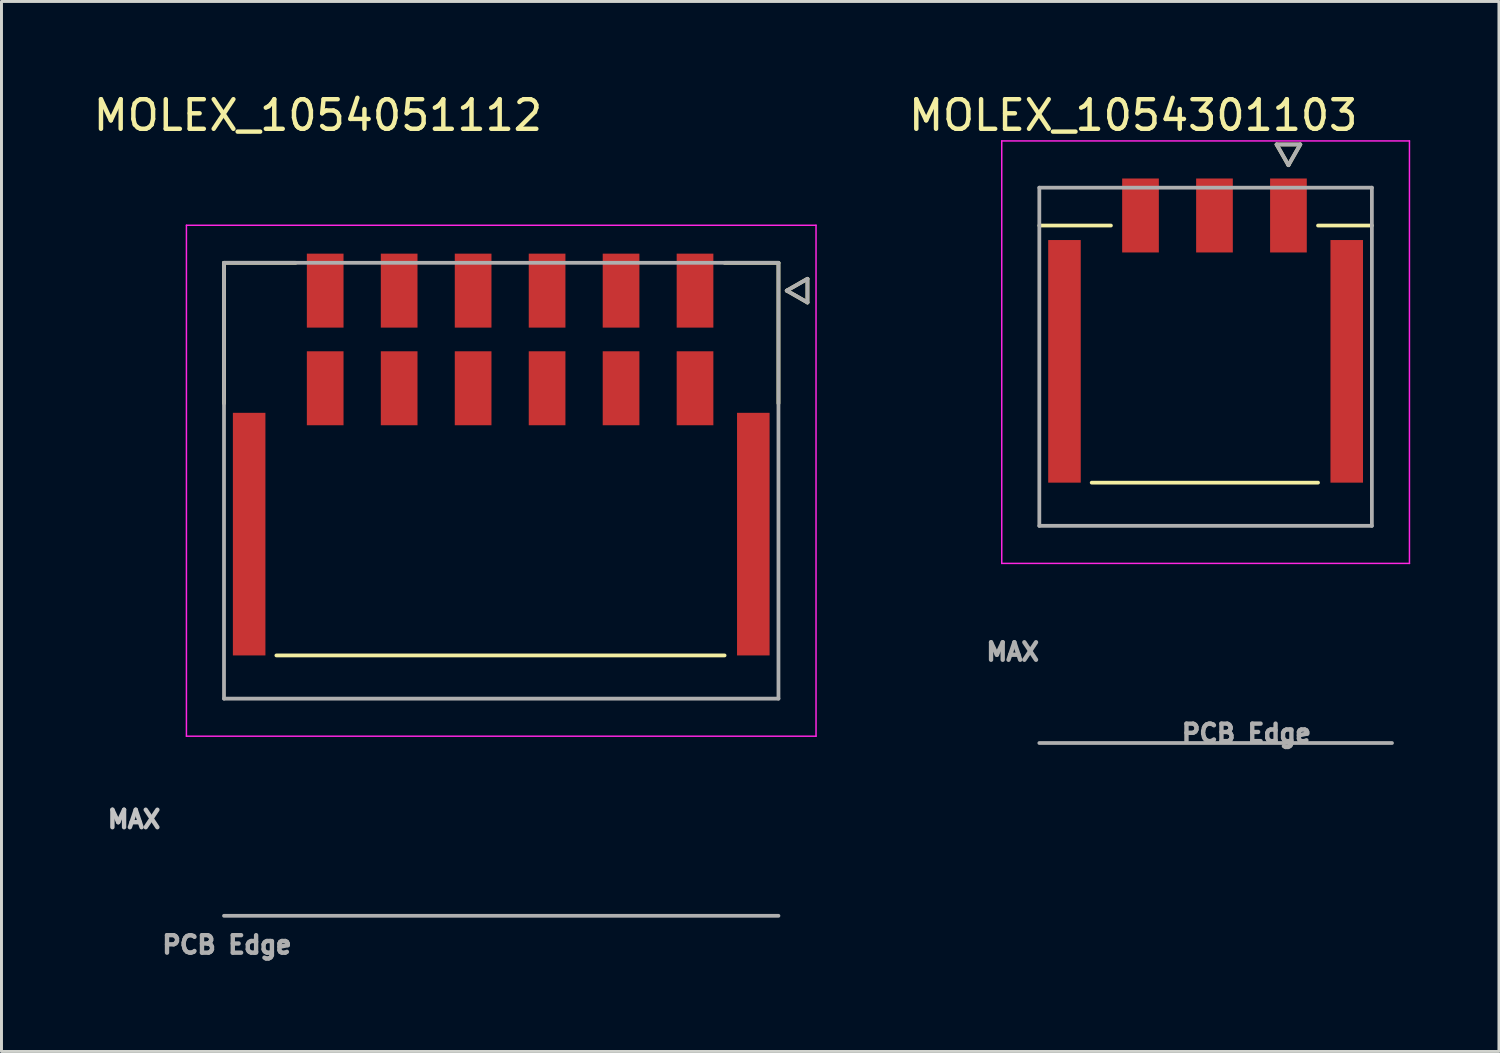
<source format=kicad_pcb>
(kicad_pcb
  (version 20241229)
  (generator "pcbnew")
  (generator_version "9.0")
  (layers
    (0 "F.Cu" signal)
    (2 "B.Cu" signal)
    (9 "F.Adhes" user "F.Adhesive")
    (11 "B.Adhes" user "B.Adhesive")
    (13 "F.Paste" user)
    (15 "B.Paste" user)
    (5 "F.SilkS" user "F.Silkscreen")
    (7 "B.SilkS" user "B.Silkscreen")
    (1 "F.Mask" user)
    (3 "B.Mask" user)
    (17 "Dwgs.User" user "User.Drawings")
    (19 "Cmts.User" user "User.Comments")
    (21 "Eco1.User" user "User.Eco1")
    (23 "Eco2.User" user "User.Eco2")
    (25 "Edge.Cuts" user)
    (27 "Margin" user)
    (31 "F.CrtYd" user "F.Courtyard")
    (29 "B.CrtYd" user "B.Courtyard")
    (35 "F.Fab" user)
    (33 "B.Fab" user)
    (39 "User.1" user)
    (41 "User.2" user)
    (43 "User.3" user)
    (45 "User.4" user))
  (footprint "MOLEX_1054051112"
    (layer "F.Cu")
    (at 13.891 13.198)
    (property "Reference" "MOLEX_1054051112" (at -6.195 -12.35 0) (layer "F.SilkS") (effects (font (size 1 1) (thickness 0.15))))
    (attr smd)
    (fp_poly (pts (xy -9.146 -2.371) (xy -7.894 -2.371) (xy -7.894 5.981) (xy -9.146 5.981)) (stroke (width 0.01) (type solid)) (fill yes) (layer "F.Mask"))
    (fp_poly (pts (xy -6.646 -7.751) (xy -5.254 -7.751) (xy -5.254 -5.099) (xy -6.646 -5.099)) (stroke (width 0.01) (type solid)) (fill yes) (layer "F.Mask"))
    (fp_poly (pts (xy -6.646 -4.451) (xy -5.254 -4.451) (xy -5.254 -1.799) (xy -6.646 -1.799)) (stroke (width 0.01) (type solid)) (fill yes) (layer "F.Mask"))
    (fp_poly (pts (xy -4.146 -7.751) (xy -2.754 -7.751) (xy -2.754 -5.099) (xy -4.146 -5.099)) (stroke (width 0.01) (type solid)) (fill yes) (layer "F.Mask"))
    (fp_poly (pts (xy -4.146 -4.451) (xy -2.754 -4.451) (xy -2.754 -1.799) (xy -4.146 -1.799)) (stroke (width 0.01) (type solid)) (fill yes) (layer "F.Mask"))
    (fp_poly (pts (xy -1.646 -7.751) (xy -0.254 -7.751) (xy -0.254 -5.099) (xy -1.646 -5.099)) (stroke (width 0.01) (type solid)) (fill yes) (layer "F.Mask"))
    (fp_poly (pts (xy -1.646 -4.451) (xy -0.254 -4.451) (xy -0.254 -1.799) (xy -1.646 -1.799)) (stroke (width 0.01) (type solid)) (fill yes) (layer "F.Mask"))
    (fp_poly (pts (xy 0.854 -7.751) (xy 2.246 -7.751) (xy 2.246 -5.099) (xy 0.854 -5.099)) (stroke (width 0.01) (type solid)) (fill yes) (layer "F.Mask"))
    (fp_poly (pts (xy 0.854 -4.451) (xy 2.246 -4.451) (xy 2.246 -1.799) (xy 0.854 -1.799)) (stroke (width 0.01) (type solid)) (fill yes) (layer "F.Mask"))
    (fp_poly (pts (xy 3.354 -7.751) (xy 4.746 -7.751) (xy 4.746 -5.099) (xy 3.354 -5.099)) (stroke (width 0.01) (type solid)) (fill yes) (layer "F.Mask"))
    (fp_poly (pts (xy 3.354 -4.451) (xy 4.746 -4.451) (xy 4.746 -1.799) (xy 3.354 -1.799)) (stroke (width 0.01) (type solid)) (fill yes) (layer "F.Mask"))
    (fp_poly (pts (xy 5.854 -7.751) (xy 7.246 -7.751) (xy 7.246 -5.099) (xy 5.854 -5.099)) (stroke (width 0.01) (type solid)) (fill yes) (layer "F.Mask"))
    (fp_poly (pts (xy 5.854 -4.451) (xy 7.246 -4.451) (xy 7.246 -1.799) (xy 5.854 -1.799)) (stroke (width 0.01) (type solid)) (fill yes) (layer "F.Mask"))
    (fp_poly (pts (xy 7.894 -2.371) (xy 9.146 -2.371) (xy 9.146 5.981) (xy 7.894 5.981)) (stroke (width 0.01) (type solid)) (fill yes) (layer "F.Mask"))
    (fp_line (start -9.37 -7.365) (end -9.37 -2.615) (stroke (width 0.127) (type solid)) (layer "F.SilkS"))
    (fp_line (start -9.37 -7.365) (end -6.95 -7.365) (stroke (width 0.127) (type solid)) (layer "F.SilkS"))
    (fp_line (start 7.55 -7.365) (end 9.37 -7.365) (stroke (width 0.127) (type solid)) (layer "F.SilkS"))
    (fp_line (start 7.55 5.905) (end -7.6 5.905) (stroke (width 0.127) (type solid)) (layer "F.SilkS"))
    (fp_line (start 9.37 -7.365) (end 9.37 -2.615) (stroke (width 0.127) (type solid)) (layer "F.SilkS"))
    (fp_line (start 9.65 -6.425) (end 10.35 -6.025) (stroke (width 0.127) (type solid)) (layer "F.SilkS"))
    (fp_line (start 10.35 -6.825) (end 9.65 -6.425) (stroke (width 0.127) (type solid)) (layer "F.SilkS"))
    (fp_line (start 10.35 -6.025) (end 10.35 -6.825) (stroke (width 0.127) (type solid)) (layer "F.SilkS"))
    (fp_line (start -10.64 -8.635) (end 10.64 -8.635) (stroke (width 0.05) (type solid)) (layer "F.CrtYd"))
    (fp_line (start -10.64 8.635) (end -10.64 -8.635) (stroke (width 0.05) (type solid)) (layer "F.CrtYd"))
    (fp_line (start -10.64 8.635) (end 10.64 8.635) (stroke (width 0.05) (type solid)) (layer "F.CrtYd"))
    (fp_line (start 10.64 -8.635) (end 10.64 8.635) (stroke (width 0.05) (type solid)) (layer "F.CrtYd"))
    (fp_line (start -9.37 -7.365) (end 9.37 -7.365) (stroke (width 0.127) (type solid)) (layer "F.Fab"))
    (fp_line (start -9.37 7.365) (end -9.37 -7.365) (stroke (width 0.127) (type solid)) (layer "F.Fab"))
    (fp_line (start -9.37 14.705) (end 9.37 14.705) (stroke (width 0.127) (type solid)) (layer "F.Fab"))
    (fp_line (start 9.37 -7.365) (end 9.37 7.365) (stroke (width 0.127) (type solid)) (layer "F.Fab"))
    (fp_line (start 9.37 7.365) (end -9.37 7.365) (stroke (width 0.127) (type solid)) (layer "F.Fab"))
    (fp_line (start 9.65 -6.425) (end 10.35 -6.025) (stroke (width 0.127) (type solid)) (layer "F.Fab"))
    (fp_line (start 10.35 -6.825) (end 9.65 -6.425) (stroke (width 0.127) (type solid)) (layer "F.Fab"))
    (fp_line (start 10.35 -6.025) (end 10.35 -6.825) (stroke (width 0.127) (type solid)) (layer "F.Fab"))
    (fp_text user "MAX" (at -12.41 11.445 0) (layer "Dwgs.User") (effects (font (size 0.591 0.591) (thickness 0.15))))
    (fp_text user "PCB Edge" (at -9.27 15.685 0) (layer "F.Fab") (effects (font (size 0.591 0.591) (thickness 0.15))))
    (pad "1" smd rect (at 6.55 -6.425) (size 1.24 2.5) (layers "F.Cu" "F.Paste"))
    (pad "2" smd rect (at 4.05 -6.425) (size 1.24 2.5) (layers "F.Cu" "F.Paste"))
    (pad "3" smd rect (at 1.55 -6.425) (size 1.24 2.5) (layers "F.Cu" "F.Paste"))
    (pad "4" smd rect (at -0.95 -6.425) (size 1.24 2.5) (layers "F.Cu" "F.Paste"))
    (pad "5" smd rect (at -3.45 -6.425) (size 1.24 2.5) (layers "F.Cu" "F.Paste"))
    (pad "6" smd rect (at -5.95 -6.425) (size 1.24 2.5) (layers "F.Cu" "F.Paste"))
    (pad "7" smd rect (at 6.55 -3.125) (size 1.24 2.5) (layers "F.Cu" "F.Paste"))
    (pad "8" smd rect (at 4.05 -3.125) (size 1.24 2.5) (layers "F.Cu" "F.Paste"))
    (pad "9" smd rect (at 1.55 -3.125) (size 1.24 2.5) (layers "F.Cu" "F.Paste"))
    (pad "10" smd rect (at -0.95 -3.125) (size 1.24 2.5) (layers "F.Cu" "F.Paste"))
    (pad "11" smd rect (at -3.45 -3.125) (size 1.24 2.5) (layers "F.Cu" "F.Paste"))
    (pad "12" smd rect (at -5.95 -3.125) (size 1.24 2.5) (layers "F.Cu" "F.Paste"))
    (pad "S1" smd rect (at -8.52 1.805) (size 1.1 8.2) (layers "F.Cu" "F.Paste"))
    (pad "S2" smd rect (at 8.52 1.805) (size 1.1 8.2) (layers "F.Cu" "F.Paste")))
  (footprint "MOLEX_1054301103"
    (layer "F.Cu")
    (at 37.698 9.008)
    (property "Reference" "MOLEX_1054301103" (at -2.445 -8.16 0) (layer "F.SilkS") (effects (font (size 1 1) (thickness 0.15))))
    (attr smd)
    (fp_poly (pts (xy -5.396 -4.021) (xy -4.144 -4.021) (xy -4.144 4.331) (xy -5.396 4.331)) (stroke (width 0.01) (type solid)) (fill yes) (layer "F.Mask"))
    (fp_poly (pts (xy -2.896 -6.101) (xy -1.504 -6.101) (xy -1.504 -3.449) (xy -2.896 -3.449)) (stroke (width 0.01) (type solid)) (fill yes) (layer "F.Mask"))
    (fp_poly (pts (xy -0.396 -6.101) (xy 0.996 -6.101) (xy 0.996 -3.449) (xy -0.396 -3.449)) (stroke (width 0.01) (type solid)) (fill yes) (layer "F.Mask"))
    (fp_poly (pts (xy 2.104 -6.101) (xy 3.496 -6.101) (xy 3.496 -3.449) (xy 2.104 -3.449)) (stroke (width 0.01) (type solid)) (fill yes) (layer "F.Mask"))
    (fp_poly (pts (xy 4.144 -4.021) (xy 5.396 -4.021) (xy 5.396 4.331) (xy 4.144 4.331)) (stroke (width 0.01) (type solid)) (fill yes) (layer "F.Mask"))
    (fp_line (start -5.62 -4.435) (end -3.2 -4.435) (stroke (width 0.127) (type solid)) (layer "F.SilkS"))
    (fp_line (start 2.4 -7.175) (end 2.8 -6.475) (stroke (width 0.127) (type solid)) (layer "F.SilkS"))
    (fp_line (start 2.8 -6.475) (end 3.2 -7.175) (stroke (width 0.127) (type solid)) (layer "F.SilkS"))
    (fp_line (start 3.2 -7.175) (end 2.4 -7.175) (stroke (width 0.127) (type solid)) (layer "F.SilkS"))
    (fp_line (start 3.8 -4.435) (end 5.62 -4.435) (stroke (width 0.127) (type solid)) (layer "F.SilkS"))
    (fp_line (start 3.8 4.255) (end -3.85 4.255) (stroke (width 0.127) (type solid)) (layer "F.SilkS"))
    (fp_line (start -6.89 -7.295) (end 6.89 -7.295) (stroke (width 0.05) (type solid)) (layer "F.CrtYd"))
    (fp_line (start -6.89 6.985) (end -6.89 -7.295) (stroke (width 0.05) (type solid)) (layer "F.CrtYd"))
    (fp_line (start -6.89 6.985) (end 6.89 6.985) (stroke (width 0.05) (type solid)) (layer "F.CrtYd"))
    (fp_line (start 6.89 -7.295) (end 6.89 6.985) (stroke (width 0.05) (type solid)) (layer "F.CrtYd"))
    (fp_line (start -5.62 -5.715) (end 5.62 -5.715) (stroke (width 0.127) (type solid)) (layer "F.Fab"))
    (fp_line (start -5.62 5.715) (end -5.62 -5.715) (stroke (width 0.127) (type solid)) (layer "F.Fab"))
    (fp_line (start -5.62 13.055) (end 6.3 13.055) (stroke (width 0.127) (type solid)) (layer "F.Fab"))
    (fp_line (start 2.4 -7.175) (end 2.8 -6.475) (stroke (width 0.127) (type solid)) (layer "F.Fab"))
    (fp_line (start 2.8 -6.475) (end 3.2 -7.175) (stroke (width 0.127) (type solid)) (layer "F.Fab"))
    (fp_line (start 3.2 -7.175) (end 2.4 -7.175) (stroke (width 0.127) (type solid)) (layer "F.Fab"))
    (fp_line (start 5.62 -5.715) (end 5.62 5.715) (stroke (width 0.127) (type solid)) (layer "F.Fab"))
    (fp_line (start 5.62 5.715) (end -5.62 5.715) (stroke (width 0.127) (type solid)) (layer "F.Fab"))
    (fp_text user "MAX" (at -6.52 9.975 0) (layer "F.Fab") (effects (font (size 0.591 0.591) (thickness 0.15))))
    (fp_text user "PCB Edge" (at 1.38 12.725 0) (layer "F.Fab") (effects (font (size 0.591 0.591) (thickness 0.15))))
    (pad "1" smd rect (at 2.8 -4.775) (size 1.24 2.5) (layers "F.Cu" "F.Paste"))
    (pad "2" smd rect (at 0.3 -4.775) (size 1.24 2.5) (layers "F.Cu" "F.Paste"))
    (pad "3" smd rect (at -2.2 -4.775) (size 1.24 2.5) (layers "F.Cu" "F.Paste"))
    (pad "S1" smd rect (at -4.77 0.155) (size 1.1 8.2) (layers "F.Cu" "F.Paste"))
    (pad "S2" smd rect (at 4.77 0.155) (size 1.1 8.2) (layers "F.Cu" "F.Paste")))
  (gr_rect
    (start -3 -3)
    (end 47.613 32.488)
    (stroke (width 0.1) (type default))
    (fill no)
    (layer "Edge.Cuts")))
</source>
